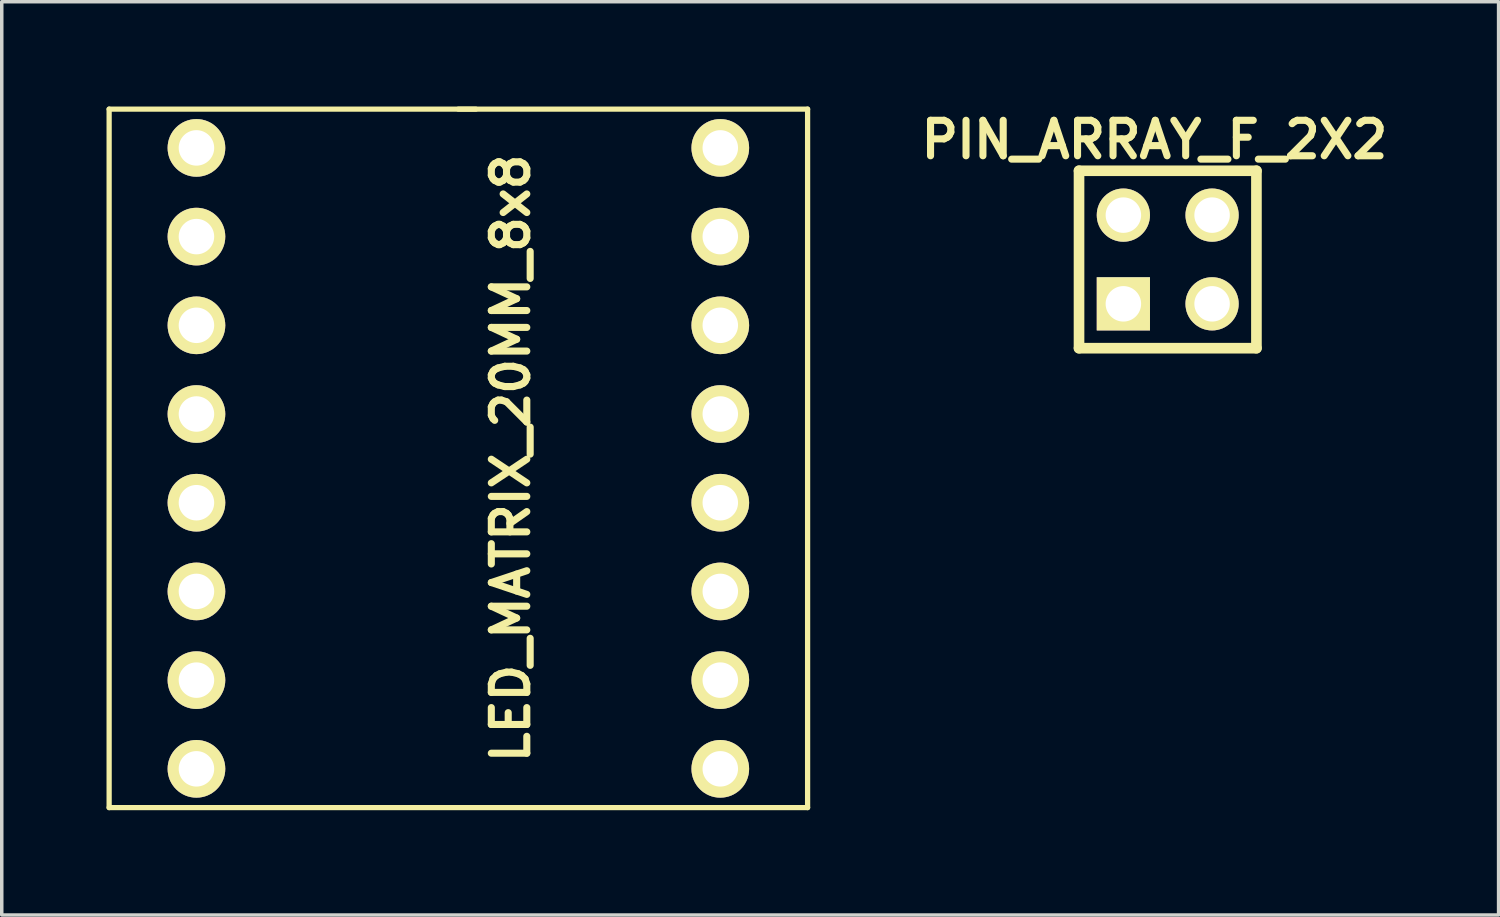
<source format=kicad_pcb>
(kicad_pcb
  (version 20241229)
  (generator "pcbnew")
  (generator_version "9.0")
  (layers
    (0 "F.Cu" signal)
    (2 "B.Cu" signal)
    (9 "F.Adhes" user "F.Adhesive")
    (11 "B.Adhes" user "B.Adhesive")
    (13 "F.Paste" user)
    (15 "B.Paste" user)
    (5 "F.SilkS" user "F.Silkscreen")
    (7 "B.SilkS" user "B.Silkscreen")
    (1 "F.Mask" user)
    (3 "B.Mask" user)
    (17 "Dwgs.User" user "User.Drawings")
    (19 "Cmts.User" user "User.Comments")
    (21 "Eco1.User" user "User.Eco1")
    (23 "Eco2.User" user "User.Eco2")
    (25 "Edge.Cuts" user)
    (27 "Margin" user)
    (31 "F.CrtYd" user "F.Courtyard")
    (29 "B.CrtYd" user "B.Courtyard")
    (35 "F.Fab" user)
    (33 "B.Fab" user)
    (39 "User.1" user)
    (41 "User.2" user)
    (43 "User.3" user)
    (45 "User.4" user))
  (footprint "LED_MATRIX_20MM_8x8"
    (layer "F.Cu")
    (at 10.075 10.075)
    (property "Reference" "LED_MATRIX_20MM_8x8" (at 1.5 0 90) (layer "F.SilkS") (effects (font (size 1.016 1.016) (thickness 0.203))))
    (attr through_hole)
    (fp_line (start -10 -10) (end 0.5 -10) (stroke (width 0.15) (type solid)) (layer "F.SilkS"))
    (fp_line (start -10 10) (end -10 -10) (stroke (width 0.15) (type solid)) (layer "F.SilkS"))
    (fp_line (start 0 -10) (end 10 -10) (stroke (width 0.15) (type solid)) (layer "F.SilkS"))
    (fp_line (start 10 -10) (end 10 10) (stroke (width 0.15) (type solid)) (layer "F.SilkS"))
    (fp_line (start 10 10) (end -10 10) (stroke (width 0.15) (type solid)) (layer "F.SilkS"))
    (pad "1" thru_hole circle (at -7.5 -8.89) (size 1.651 1.651) (drill 1.016) (layers "*.Cu" "*.Mask" "F.SilkS"))
    (pad "2" thru_hole circle (at -7.5 -6.35) (size 1.651 1.651) (drill 1.016) (layers "*.Cu" "*.Mask" "F.SilkS"))
    (pad "3" thru_hole circle (at -7.5 -3.81) (size 1.651 1.651) (drill 1.016) (layers "*.Cu" "*.Mask" "F.SilkS"))
    (pad "4" thru_hole circle (at -7.5 -1.27) (size 1.651 1.651) (drill 1.016) (layers "*.Cu" "*.Mask" "F.SilkS"))
    (pad "5" thru_hole circle (at -7.5 1.27) (size 1.651 1.651) (drill 1.016) (layers "*.Cu" "*.Mask" "F.SilkS"))
    (pad "6" thru_hole circle (at -7.5 3.81) (size 1.651 1.651) (drill 1.016) (layers "*.Cu" "*.Mask" "F.SilkS"))
    (pad "7" thru_hole circle (at -7.5 6.35) (size 1.651 1.651) (drill 1.016) (layers "*.Cu" "*.Mask" "F.SilkS"))
    (pad "8" thru_hole circle (at -7.5 8.89) (size 1.651 1.651) (drill 1.016) (layers "*.Cu" "*.Mask" "F.SilkS"))
    (pad "9" thru_hole circle (at 7.5 8.89) (size 1.651 1.651) (drill 1.016) (layers "*.Cu" "*.Mask" "F.SilkS"))
    (pad "10" thru_hole circle (at 7.5 6.35) (size 1.651 1.651) (drill 1.016) (layers "*.Cu" "*.Mask" "F.SilkS"))
    (pad "11" thru_hole circle (at 7.5 3.81) (size 1.651 1.651) (drill 1.016) (layers "*.Cu" "*.Mask" "F.SilkS"))
    (pad "12" thru_hole circle (at 7.5 1.27) (size 1.651 1.651) (drill 1.016) (layers "*.Cu" "*.Mask" "F.SilkS"))
    (pad "13" thru_hole circle (at 7.5 -1.27) (size 1.651 1.651) (drill 1.016) (layers "*.Cu" "*.Mask" "F.SilkS"))
    (pad "14" thru_hole circle (at 7.5 -3.81) (size 1.651 1.651) (drill 1.016) (layers "*.Cu" "*.Mask" "F.SilkS"))
    (pad "15" thru_hole circle (at 7.5 -6.35) (size 1.651 1.651) (drill 1.016) (layers "*.Cu" "*.Mask" "F.SilkS"))
    (pad "16" thru_hole circle (at 7.5 -8.89) (size 1.651 1.651) (drill 1.016) (layers "*.Cu" "*.Mask" "F.SilkS")))
  (footprint "PIN_ARRAY_F_2X2"
    (layer "F.Cu")
    (at 30.387 4.38)
    (property "Reference" "PIN_ARRAY_F_2X2" (at -0.381 -3.429 0) (layer "F.SilkS") (effects (font (size 1.016 1.016) (thickness 0.203))))
    (attr through_hole)
    (fp_line (start -2.54 -2.54) (end 2.54 -2.54) (stroke (width 0.305) (type solid)) (layer "F.SilkS"))
    (fp_line (start -2.54 2.54) (end -2.54 -2.54) (stroke (width 0.305) (type solid)) (layer "F.SilkS"))
    (fp_line (start 2.54 -2.54) (end 2.54 2.54) (stroke (width 0.305) (type solid)) (layer "F.SilkS"))
    (fp_line (start 2.54 2.54) (end -2.54 2.54) (stroke (width 0.305) (type solid)) (layer "F.SilkS"))
    (pad "1" thru_hole circle (at -1.27 -1.27) (size 1.524 1.524) (drill 1.016) (layers "*.Cu" "*.Mask" "F.SilkS"))
    (pad "2" thru_hole rect (at -1.27 1.27) (size 1.524 1.524) (drill 1.016) (layers "*.Cu" "*.Mask" "F.SilkS"))
    (pad "3" thru_hole circle (at 1.27 -1.27) (size 1.524 1.524) (drill 1.016) (layers "*.Cu" "*.Mask" "F.SilkS"))
    (pad "4" thru_hole circle (at 1.27 1.27) (size 1.524 1.524) (drill 1.016) (layers "*.Cu" "*.Mask" "F.SilkS")))
  (gr_rect
    (start -3 -3)
    (end 39.861 23.15)
    (stroke (width 0.1) (type default))
    (fill no)
    (layer "Edge.Cuts")))
</source>
